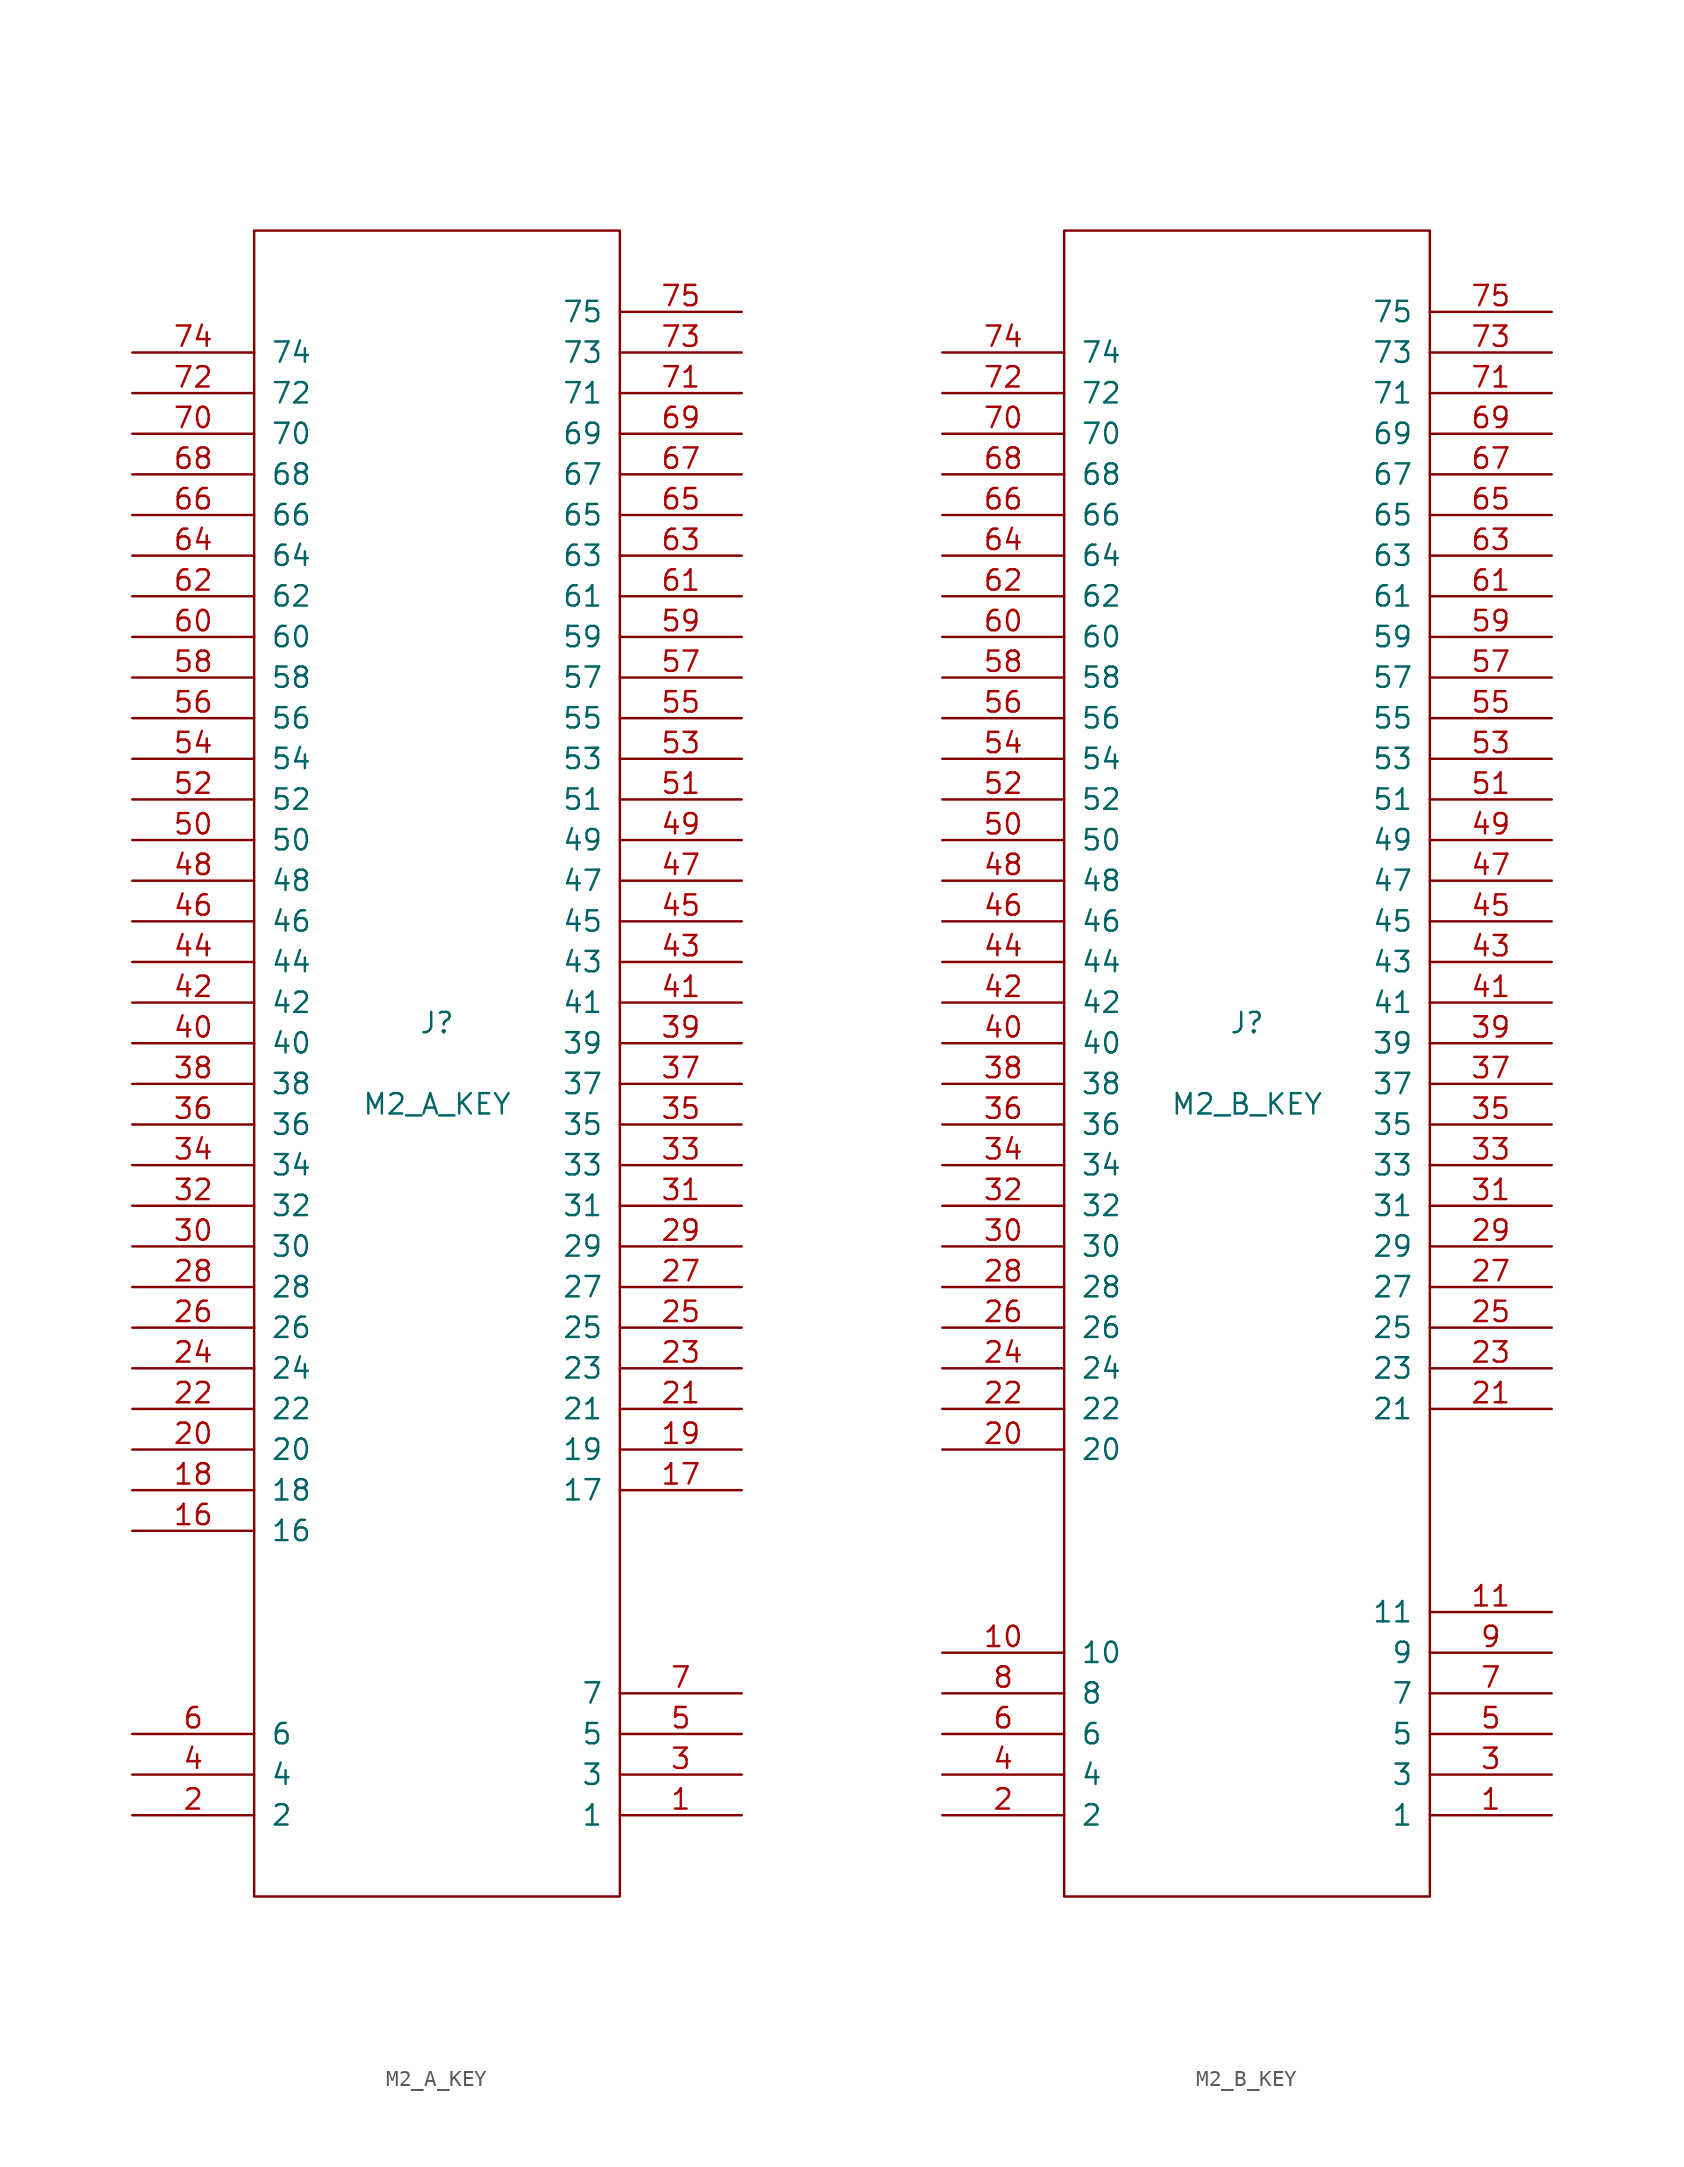
<source format=kicad_sym>
(kicad_symbol_lib
  (version 20211014)
  (generator kicad_symbol_editor)
  (symbol "M2_A_KEY"
    (pin_names
      (offset 1.016))
    (property "Reference" "J"
      (at 0 2.54 0)
      (effects (font (size 1.27 1.27))))
    (property "Value" "M2_A_KEY"
      (at 0 -2.54 0)
      (effects (font (size 1.27 1.27))))
    (symbol "M2_A_KEY_1_0"
      (rectangle (start 11.43 52.07) (end -11.43 -52.07) (stroke (width 0) (type default) (color 0 0 0 0)) (fill (type none))))
    (symbol "M2_A_KEY_1_1"
      (pin passive line (at 19.05 -46.99 180) (length 7.62) (name "1" (effects (font (size 1.27 1.27)))) (number "1" (effects (font (size 1.27 1.27)))))
      (pin passive line (at -19.05 -29.21 0) (length 7.62) (name "16" (effects (font (size 1.27 1.27)))) (number "16" (effects (font (size 1.27 1.27)))))
      (pin passive line (at 19.05 -26.67 180) (length 7.62) (name "17" (effects (font (size 1.27 1.27)))) (number "17" (effects (font (size 1.27 1.27)))))
      (pin passive line (at -19.05 -26.67 0) (length 7.62) (name "18" (effects (font (size 1.27 1.27)))) (number "18" (effects (font (size 1.27 1.27)))))
      (pin passive line (at 19.05 -24.13 180) (length 7.62) (name "19" (effects (font (size 1.27 1.27)))) (number "19" (effects (font (size 1.27 1.27)))))
      (pin passive line (at -19.05 -46.99 0) (length 7.62) (name "2" (effects (font (size 1.27 1.27)))) (number "2" (effects (font (size 1.27 1.27)))))
      (pin passive line (at -19.05 -24.13 0) (length 7.62) (name "20" (effects (font (size 1.27 1.27)))) (number "20" (effects (font (size 1.27 1.27)))))
      (pin passive line (at 19.05 -21.59 180) (length 7.62) (name "21" (effects (font (size 1.27 1.27)))) (number "21" (effects (font (size 1.27 1.27)))))
      (pin passive line (at -19.05 -21.59 0) (length 7.62) (name "22" (effects (font (size 1.27 1.27)))) (number "22" (effects (font (size 1.27 1.27)))))
      (pin passive line (at 19.05 -19.05 180) (length 7.62) (name "23" (effects (font (size 1.27 1.27)))) (number "23" (effects (font (size 1.27 1.27)))))
      (pin passive line (at -19.05 -19.05 0) (length 7.62) (name "24" (effects (font (size 1.27 1.27)))) (number "24" (effects (font (size 1.27 1.27)))))
      (pin passive line (at 19.05 -16.51 180) (length 7.62) (name "25" (effects (font (size 1.27 1.27)))) (number "25" (effects (font (size 1.27 1.27)))))
      (pin passive line (at -19.05 -16.51 0) (length 7.62) (name "26" (effects (font (size 1.27 1.27)))) (number "26" (effects (font (size 1.27 1.27)))))
      (pin passive line (at 19.05 -13.97 180) (length 7.62) (name "27" (effects (font (size 1.27 1.27)))) (number "27" (effects (font (size 1.27 1.27)))))
      (pin passive line (at -19.05 -13.97 0) (length 7.62) (name "28" (effects (font (size 1.27 1.27)))) (number "28" (effects (font (size 1.27 1.27)))))
      (pin passive line (at 19.05 -11.43 180) (length 7.62) (name "29" (effects (font (size 1.27 1.27)))) (number "29" (effects (font (size 1.27 1.27)))))
      (pin passive line (at 19.05 -44.45 180) (length 7.62) (name "3" (effects (font (size 1.27 1.27)))) (number "3" (effects (font (size 1.27 1.27)))))
      (pin passive line (at -19.05 -11.43 0) (length 7.62) (name "30" (effects (font (size 1.27 1.27)))) (number "30" (effects (font (size 1.27 1.27)))))
      (pin passive line (at 19.05 -8.89 180) (length 7.62) (name "31" (effects (font (size 1.27 1.27)))) (number "31" (effects (font (size 1.27 1.27)))))
      (pin passive line (at -19.05 -8.89 0) (length 7.62) (name "32" (effects (font (size 1.27 1.27)))) (number "32" (effects (font (size 1.27 1.27)))))
      (pin passive line (at 19.05 -6.35 180) (length 7.62) (name "33" (effects (font (size 1.27 1.27)))) (number "33" (effects (font (size 1.27 1.27)))))
      (pin passive line (at -19.05 -6.35 0) (length 7.62) (name "34" (effects (font (size 1.27 1.27)))) (number "34" (effects (font (size 1.27 1.27)))))
      (pin passive line (at 19.05 -3.81 180) (length 7.62) (name "35" (effects (font (size 1.27 1.27)))) (number "35" (effects (font (size 1.27 1.27)))))
      (pin passive line (at -19.05 -3.81 0) (length 7.62) (name "36" (effects (font (size 1.27 1.27)))) (number "36" (effects (font (size 1.27 1.27)))))
      (pin passive line (at 19.05 -1.27 180) (length 7.62) (name "37" (effects (font (size 1.27 1.27)))) (number "37" (effects (font (size 1.27 1.27)))))
      (pin passive line (at -19.05 -1.27 0) (length 7.62) (name "38" (effects (font (size 1.27 1.27)))) (number "38" (effects (font (size 1.27 1.27)))))
      (pin passive line (at 19.05 1.27 180) (length 7.62) (name "39" (effects (font (size 1.27 1.27)))) (number "39" (effects (font (size 1.27 1.27)))))
      (pin passive line (at -19.05 -44.45 0) (length 7.62) (name "4" (effects (font (size 1.27 1.27)))) (number "4" (effects (font (size 1.27 1.27)))))
      (pin passive line (at -19.05 1.27 0) (length 7.62) (name "40" (effects (font (size 1.27 1.27)))) (number "40" (effects (font (size 1.27 1.27)))))
      (pin passive line (at 19.05 3.81 180) (length 7.62) (name "41" (effects (font (size 1.27 1.27)))) (number "41" (effects (font (size 1.27 1.27)))))
      (pin passive line (at -19.05 3.81 0) (length 7.62) (name "42" (effects (font (size 1.27 1.27)))) (number "42" (effects (font (size 1.27 1.27)))))
      (pin passive line (at 19.05 6.35 180) (length 7.62) (name "43" (effects (font (size 1.27 1.27)))) (number "43" (effects (font (size 1.27 1.27)))))
      (pin passive line (at -19.05 6.35 0) (length 7.62) (name "44" (effects (font (size 1.27 1.27)))) (number "44" (effects (font (size 1.27 1.27)))))
      (pin passive line (at 19.05 8.89 180) (length 7.62) (name "45" (effects (font (size 1.27 1.27)))) (number "45" (effects (font (size 1.27 1.27)))))
      (pin passive line (at -19.05 8.89 0) (length 7.62) (name "46" (effects (font (size 1.27 1.27)))) (number "46" (effects (font (size 1.27 1.27)))))
      (pin passive line (at 19.05 11.43 180) (length 7.62) (name "47" (effects (font (size 1.27 1.27)))) (number "47" (effects (font (size 1.27 1.27)))))
      (pin passive line (at -19.05 11.43 0) (length 7.62) (name "48" (effects (font (size 1.27 1.27)))) (number "48" (effects (font (size 1.27 1.27)))))
      (pin passive line (at 19.05 13.97 180) (length 7.62) (name "49" (effects (font (size 1.27 1.27)))) (number "49" (effects (font (size 1.27 1.27)))))
      (pin passive line (at 19.05 -41.91 180) (length 7.62) (name "5" (effects (font (size 1.27 1.27)))) (number "5" (effects (font (size 1.27 1.27)))))
      (pin passive line (at -19.05 13.97 0) (length 7.62) (name "50" (effects (font (size 1.27 1.27)))) (number "50" (effects (font (size 1.27 1.27)))))
      (pin passive line (at 19.05 16.51 180) (length 7.62) (name "51" (effects (font (size 1.27 1.27)))) (number "51" (effects (font (size 1.27 1.27)))))
      (pin passive line (at -19.05 16.51 0) (length 7.62) (name "52" (effects (font (size 1.27 1.27)))) (number "52" (effects (font (size 1.27 1.27)))))
      (pin passive line (at 19.05 19.05 180) (length 7.62) (name "53" (effects (font (size 1.27 1.27)))) (number "53" (effects (font (size 1.27 1.27)))))
      (pin passive line (at -19.05 19.05 0) (length 7.62) (name "54" (effects (font (size 1.27 1.27)))) (number "54" (effects (font (size 1.27 1.27)))))
      (pin passive line (at 19.05 21.59 180) (length 7.62) (name "55" (effects (font (size 1.27 1.27)))) (number "55" (effects (font (size 1.27 1.27)))))
      (pin passive line (at -19.05 21.59 0) (length 7.62) (name "56" (effects (font (size 1.27 1.27)))) (number "56" (effects (font (size 1.27 1.27)))))
      (pin passive line (at 19.05 24.13 180) (length 7.62) (name "57" (effects (font (size 1.27 1.27)))) (number "57" (effects (font (size 1.27 1.27)))))
      (pin passive line (at -19.05 24.13 0) (length 7.62) (name "58" (effects (font (size 1.27 1.27)))) (number "58" (effects (font (size 1.27 1.27)))))
      (pin passive line (at 19.05 26.67 180) (length 7.62) (name "59" (effects (font (size 1.27 1.27)))) (number "59" (effects (font (size 1.27 1.27)))))
      (pin passive line (at -19.05 -41.91 0) (length 7.62) (name "6" (effects (font (size 1.27 1.27)))) (number "6" (effects (font (size 1.27 1.27)))))
      (pin passive line (at -19.05 26.67 0) (length 7.62) (name "60" (effects (font (size 1.27 1.27)))) (number "60" (effects (font (size 1.27 1.27)))))
      (pin passive line (at 19.05 29.21 180) (length 7.62) (name "61" (effects (font (size 1.27 1.27)))) (number "61" (effects (font (size 1.27 1.27)))))
      (pin passive line (at -19.05 29.21 0) (length 7.62) (name "62" (effects (font (size 1.27 1.27)))) (number "62" (effects (font (size 1.27 1.27)))))
      (pin passive line (at 19.05 31.75 180) (length 7.62) (name "63" (effects (font (size 1.27 1.27)))) (number "63" (effects (font (size 1.27 1.27)))))
      (pin passive line (at -19.05 31.75 0) (length 7.62) (name "64" (effects (font (size 1.27 1.27)))) (number "64" (effects (font (size 1.27 1.27)))))
      (pin passive line (at 19.05 34.29 180) (length 7.62) (name "65" (effects (font (size 1.27 1.27)))) (number "65" (effects (font (size 1.27 1.27)))))
      (pin passive line (at -19.05 34.29 0) (length 7.62) (name "66" (effects (font (size 1.27 1.27)))) (number "66" (effects (font (size 1.27 1.27)))))
      (pin passive line (at 19.05 36.83 180) (length 7.62) (name "67" (effects (font (size 1.27 1.27)))) (number "67" (effects (font (size 1.27 1.27)))))
      (pin passive line (at -19.05 36.83 0) (length 7.62) (name "68" (effects (font (size 1.27 1.27)))) (number "68" (effects (font (size 1.27 1.27)))))
      (pin passive line (at 19.05 39.37 180) (length 7.62) (name "69" (effects (font (size 1.27 1.27)))) (number "69" (effects (font (size 1.27 1.27)))))
      (pin passive line (at 19.05 -39.37 180) (length 7.62) (name "7" (effects (font (size 1.27 1.27)))) (number "7" (effects (font (size 1.27 1.27)))))
      (pin passive line (at -19.05 39.37 0) (length 7.62) (name "70" (effects (font (size 1.27 1.27)))) (number "70" (effects (font (size 1.27 1.27)))))
      (pin passive line (at 19.05 41.91 180) (length 7.62) (name "71" (effects (font (size 1.27 1.27)))) (number "71" (effects (font (size 1.27 1.27)))))
      (pin passive line (at -19.05 41.91 0) (length 7.62) (name "72" (effects (font (size 1.27 1.27)))) (number "72" (effects (font (size 1.27 1.27)))))
      (pin passive line (at 19.05 44.45 180) (length 7.62) (name "73" (effects (font (size 1.27 1.27)))) (number "73" (effects (font (size 1.27 1.27)))))
      (pin passive line (at -19.05 44.45 0) (length 7.62) (name "74" (effects (font (size 1.27 1.27)))) (number "74" (effects (font (size 1.27 1.27)))))
      (pin passive line (at 19.05 46.99 180) (length 7.62) (name "75" (effects (font (size 1.27 1.27)))) (number "75" (effects (font (size 1.27 1.27)))))))
  (symbol "M2_B_KEY"
    (pin_names
      (offset 1.016))
    (property "Reference" "J"
      (at 0 2.54 0)
      (effects (font (size 1.27 1.27))))
    (property "Value" "M2_B_KEY"
      (at 0 -2.54 0)
      (effects (font (size 1.27 1.27))))
    (symbol "M2_B_KEY_1_0"
      (rectangle (start 11.43 52.07) (end -11.43 -52.07) (stroke (width 0) (type default) (color 0 0 0 0)) (fill (type none))))
    (symbol "M2_B_KEY_1_1"
      (pin passive line (at 19.05 -46.99 180) (length 7.62) (name "1" (effects (font (size 1.27 1.27)))) (number "1" (effects (font (size 1.27 1.27)))))
      (pin passive line (at -19.05 -36.83 0) (length 7.62) (name "10" (effects (font (size 1.27 1.27)))) (number "10" (effects (font (size 1.27 1.27)))))
      (pin passive line (at 19.05 -34.29 180) (length 7.62) (name "11" (effects (font (size 1.27 1.27)))) (number "11" (effects (font (size 1.27 1.27)))))
      (pin passive line (at -19.05 -46.99 0) (length 7.62) (name "2" (effects (font (size 1.27 1.27)))) (number "2" (effects (font (size 1.27 1.27)))))
      (pin passive line (at -19.05 -24.13 0) (length 7.62) (name "20" (effects (font (size 1.27 1.27)))) (number "20" (effects (font (size 1.27 1.27)))))
      (pin passive line (at 19.05 -21.59 180) (length 7.62) (name "21" (effects (font (size 1.27 1.27)))) (number "21" (effects (font (size 1.27 1.27)))))
      (pin passive line (at -19.05 -21.59 0) (length 7.62) (name "22" (effects (font (size 1.27 1.27)))) (number "22" (effects (font (size 1.27 1.27)))))
      (pin passive line (at 19.05 -19.05 180) (length 7.62) (name "23" (effects (font (size 1.27 1.27)))) (number "23" (effects (font (size 1.27 1.27)))))
      (pin passive line (at -19.05 -19.05 0) (length 7.62) (name "24" (effects (font (size 1.27 1.27)))) (number "24" (effects (font (size 1.27 1.27)))))
      (pin passive line (at 19.05 -16.51 180) (length 7.62) (name "25" (effects (font (size 1.27 1.27)))) (number "25" (effects (font (size 1.27 1.27)))))
      (pin passive line (at -19.05 -16.51 0) (length 7.62) (name "26" (effects (font (size 1.27 1.27)))) (number "26" (effects (font (size 1.27 1.27)))))
      (pin passive line (at 19.05 -13.97 180) (length 7.62) (name "27" (effects (font (size 1.27 1.27)))) (number "27" (effects (font (size 1.27 1.27)))))
      (pin passive line (at -19.05 -13.97 0) (length 7.62) (name "28" (effects (font (size 1.27 1.27)))) (number "28" (effects (font (size 1.27 1.27)))))
      (pin passive line (at 19.05 -11.43 180) (length 7.62) (name "29" (effects (font (size 1.27 1.27)))) (number "29" (effects (font (size 1.27 1.27)))))
      (pin passive line (at 19.05 -44.45 180) (length 7.62) (name "3" (effects (font (size 1.27 1.27)))) (number "3" (effects (font (size 1.27 1.27)))))
      (pin passive line (at -19.05 -11.43 0) (length 7.62) (name "30" (effects (font (size 1.27 1.27)))) (number "30" (effects (font (size 1.27 1.27)))))
      (pin passive line (at 19.05 -8.89 180) (length 7.62) (name "31" (effects (font (size 1.27 1.27)))) (number "31" (effects (font (size 1.27 1.27)))))
      (pin passive line (at -19.05 -8.89 0) (length 7.62) (name "32" (effects (font (size 1.27 1.27)))) (number "32" (effects (font (size 1.27 1.27)))))
      (pin passive line (at 19.05 -6.35 180) (length 7.62) (name "33" (effects (font (size 1.27 1.27)))) (number "33" (effects (font (size 1.27 1.27)))))
      (pin passive line (at -19.05 -6.35 0) (length 7.62) (name "34" (effects (font (size 1.27 1.27)))) (number "34" (effects (font (size 1.27 1.27)))))
      (pin passive line (at 19.05 -3.81 180) (length 7.62) (name "35" (effects (font (size 1.27 1.27)))) (number "35" (effects (font (size 1.27 1.27)))))
      (pin passive line (at -19.05 -3.81 0) (length 7.62) (name "36" (effects (font (size 1.27 1.27)))) (number "36" (effects (font (size 1.27 1.27)))))
      (pin passive line (at 19.05 -1.27 180) (length 7.62) (name "37" (effects (font (size 1.27 1.27)))) (number "37" (effects (font (size 1.27 1.27)))))
      (pin passive line (at -19.05 -1.27 0) (length 7.62) (name "38" (effects (font (size 1.27 1.27)))) (number "38" (effects (font (size 1.27 1.27)))))
      (pin passive line (at 19.05 1.27 180) (length 7.62) (name "39" (effects (font (size 1.27 1.27)))) (number "39" (effects (font (size 1.27 1.27)))))
      (pin passive line (at -19.05 -44.45 0) (length 7.62) (name "4" (effects (font (size 1.27 1.27)))) (number "4" (effects (font (size 1.27 1.27)))))
      (pin passive line (at -19.05 1.27 0) (length 7.62) (name "40" (effects (font (size 1.27 1.27)))) (number "40" (effects (font (size 1.27 1.27)))))
      (pin passive line (at 19.05 3.81 180) (length 7.62) (name "41" (effects (font (size 1.27 1.27)))) (number "41" (effects (font (size 1.27 1.27)))))
      (pin passive line (at -19.05 3.81 0) (length 7.62) (name "42" (effects (font (size 1.27 1.27)))) (number "42" (effects (font (size 1.27 1.27)))))
      (pin passive line (at 19.05 6.35 180) (length 7.62) (name "43" (effects (font (size 1.27 1.27)))) (number "43" (effects (font (size 1.27 1.27)))))
      (pin passive line (at -19.05 6.35 0) (length 7.62) (name "44" (effects (font (size 1.27 1.27)))) (number "44" (effects (font (size 1.27 1.27)))))
      (pin passive line (at 19.05 8.89 180) (length 7.62) (name "45" (effects (font (size 1.27 1.27)))) (number "45" (effects (font (size 1.27 1.27)))))
      (pin passive line (at -19.05 8.89 0) (length 7.62) (name "46" (effects (font (size 1.27 1.27)))) (number "46" (effects (font (size 1.27 1.27)))))
      (pin passive line (at 19.05 11.43 180) (length 7.62) (name "47" (effects (font (size 1.27 1.27)))) (number "47" (effects (font (size 1.27 1.27)))))
      (pin passive line (at -19.05 11.43 0) (length 7.62) (name "48" (effects (font (size 1.27 1.27)))) (number "48" (effects (font (size 1.27 1.27)))))
      (pin passive line (at 19.05 13.97 180) (length 7.62) (name "49" (effects (font (size 1.27 1.27)))) (number "49" (effects (font (size 1.27 1.27)))))
      (pin passive line (at 19.05 -41.91 180) (length 7.62) (name "5" (effects (font (size 1.27 1.27)))) (number "5" (effects (font (size 1.27 1.27)))))
      (pin passive line (at -19.05 13.97 0) (length 7.62) (name "50" (effects (font (size 1.27 1.27)))) (number "50" (effects (font (size 1.27 1.27)))))
      (pin passive line (at 19.05 16.51 180) (length 7.62) (name "51" (effects (font (size 1.27 1.27)))) (number "51" (effects (font (size 1.27 1.27)))))
      (pin passive line (at -19.05 16.51 0) (length 7.62) (name "52" (effects (font (size 1.27 1.27)))) (number "52" (effects (font (size 1.27 1.27)))))
      (pin passive line (at 19.05 19.05 180) (length 7.62) (name "53" (effects (font (size 1.27 1.27)))) (number "53" (effects (font (size 1.27 1.27)))))
      (pin passive line (at -19.05 19.05 0) (length 7.62) (name "54" (effects (font (size 1.27 1.27)))) (number "54" (effects (font (size 1.27 1.27)))))
      (pin passive line (at 19.05 21.59 180) (length 7.62) (name "55" (effects (font (size 1.27 1.27)))) (number "55" (effects (font (size 1.27 1.27)))))
      (pin passive line (at -19.05 21.59 0) (length 7.62) (name "56" (effects (font (size 1.27 1.27)))) (number "56" (effects (font (size 1.27 1.27)))))
      (pin passive line (at 19.05 24.13 180) (length 7.62) (name "57" (effects (font (size 1.27 1.27)))) (number "57" (effects (font (size 1.27 1.27)))))
      (pin passive line (at -19.05 24.13 0) (length 7.62) (name "58" (effects (font (size 1.27 1.27)))) (number "58" (effects (font (size 1.27 1.27)))))
      (pin passive line (at 19.05 26.67 180) (length 7.62) (name "59" (effects (font (size 1.27 1.27)))) (number "59" (effects (font (size 1.27 1.27)))))
      (pin passive line (at -19.05 -41.91 0) (length 7.62) (name "6" (effects (font (size 1.27 1.27)))) (number "6" (effects (font (size 1.27 1.27)))))
      (pin passive line (at -19.05 26.67 0) (length 7.62) (name "60" (effects (font (size 1.27 1.27)))) (number "60" (effects (font (size 1.27 1.27)))))
      (pin passive line (at 19.05 29.21 180) (length 7.62) (name "61" (effects (font (size 1.27 1.27)))) (number "61" (effects (font (size 1.27 1.27)))))
      (pin passive line (at -19.05 29.21 0) (length 7.62) (name "62" (effects (font (size 1.27 1.27)))) (number "62" (effects (font (size 1.27 1.27)))))
      (pin passive line (at 19.05 31.75 180) (length 7.62) (name "63" (effects (font (size 1.27 1.27)))) (number "63" (effects (font (size 1.27 1.27)))))
      (pin passive line (at -19.05 31.75 0) (length 7.62) (name "64" (effects (font (size 1.27 1.27)))) (number "64" (effects (font (size 1.27 1.27)))))
      (pin passive line (at 19.05 34.29 180) (length 7.62) (name "65" (effects (font (size 1.27 1.27)))) (number "65" (effects (font (size 1.27 1.27)))))
      (pin passive line (at -19.05 34.29 0) (length 7.62) (name "66" (effects (font (size 1.27 1.27)))) (number "66" (effects (font (size 1.27 1.27)))))
      (pin passive line (at 19.05 36.83 180) (length 7.62) (name "67" (effects (font (size 1.27 1.27)))) (number "67" (effects (font (size 1.27 1.27)))))
      (pin passive line (at -19.05 36.83 0) (length 7.62) (name "68" (effects (font (size 1.27 1.27)))) (number "68" (effects (font (size 1.27 1.27)))))
      (pin passive line (at 19.05 39.37 180) (length 7.62) (name "69" (effects (font (size 1.27 1.27)))) (number "69" (effects (font (size 1.27 1.27)))))
      (pin passive line (at 19.05 -39.37 180) (length 7.62) (name "7" (effects (font (size 1.27 1.27)))) (number "7" (effects (font (size 1.27 1.27)))))
      (pin passive line (at -19.05 39.37 0) (length 7.62) (name "70" (effects (font (size 1.27 1.27)))) (number "70" (effects (font (size 1.27 1.27)))))
      (pin passive line (at 19.05 41.91 180) (length 7.62) (name "71" (effects (font (size 1.27 1.27)))) (number "71" (effects (font (size 1.27 1.27)))))
      (pin passive line (at -19.05 41.91 0) (length 7.62) (name "72" (effects (font (size 1.27 1.27)))) (number "72" (effects (font (size 1.27 1.27)))))
      (pin passive line (at 19.05 44.45 180) (length 7.62) (name "73" (effects (font (size 1.27 1.27)))) (number "73" (effects (font (size 1.27 1.27)))))
      (pin passive line (at -19.05 44.45 0) (length 7.62) (name "74" (effects (font (size 1.27 1.27)))) (number "74" (effects (font (size 1.27 1.27)))))
      (pin passive line (at 19.05 46.99 180) (length 7.62) (name "75" (effects (font (size 1.27 1.27)))) (number "75" (effects (font (size 1.27 1.27)))))
      (pin passive line (at -19.05 -39.37 0) (length 7.62) (name "8" (effects (font (size 1.27 1.27)))) (number "8" (effects (font (size 1.27 1.27)))))
      (pin passive line (at 19.05 -36.83 180) (length 7.62) (name "9" (effects (font (size 1.27 1.27)))) (number "9" (effects (font (size 1.27 1.27))))))))
</source>
